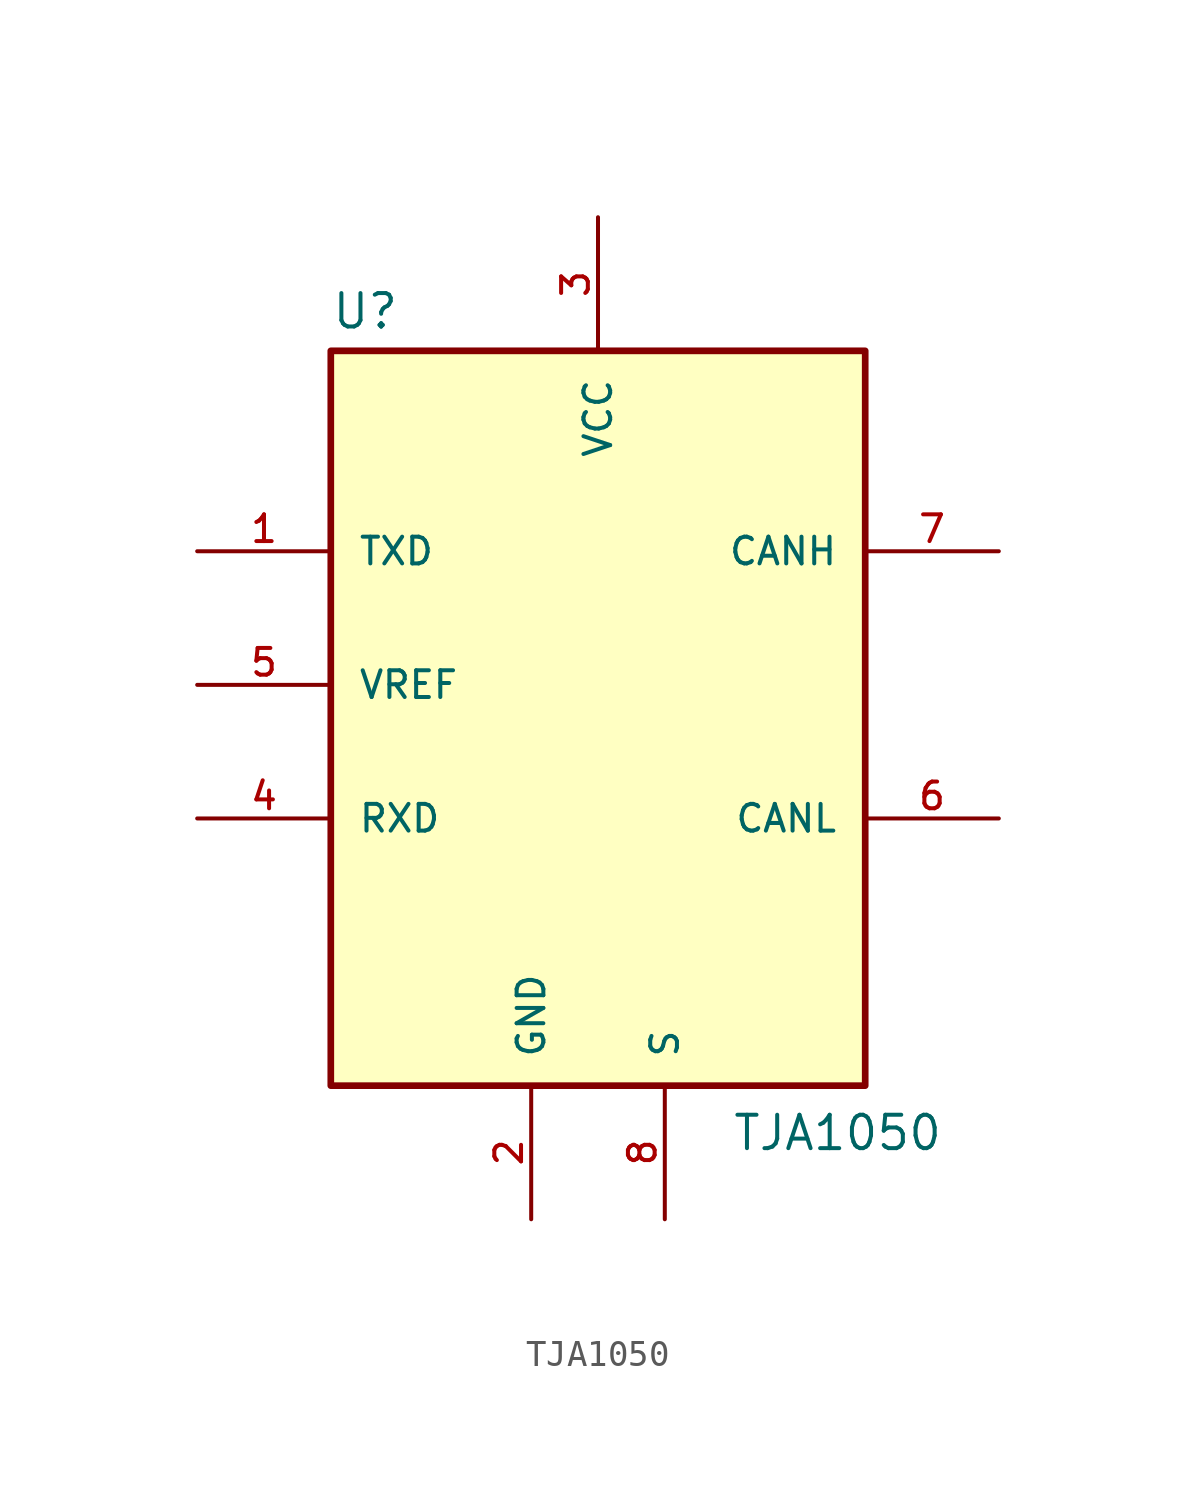
<source format=kicad_sym>
(kicad_symbol_lib
  (version 20241209)
  (generator "kicad_symbol_editor")
  (generator_version "9.0")
  (symbol "TJA1050"
    (pin_names
      (offset 1.016))
    (property "Reference" "U"
      (at -10.16 13.462 0)
      (effects (font (size 1.27 1.27)) (justify left bottom)))
    (property "Value" "TJA1050"
      (at 5.08 -17.78 0)
      (effects (font (size 1.27 1.27)) (justify left bottom)))
    (symbol "TJA1050_0_0"
      (rectangle (start -10.16 -15.24) (end 10.16 12.7) (stroke (width 0.254) (type default)) (fill (type background)))
      (pin bidirectional line (at -15.24 5.08 0) (length 5.08) (name "TXD" (effects (font (size 1.016 1.016)))) (number "1" (effects (font (size 1.016 1.016)))))
      (pin bidirectional line (at -15.24 0 0) (length 5.08) (name "VREF" (effects (font (size 1.016 1.016)))) (number "5" (effects (font (size 1.016 1.016)))))
      (pin bidirectional line (at -15.24 -5.08 0) (length 5.08) (name "RXD" (effects (font (size 1.016 1.016)))) (number "4" (effects (font (size 1.016 1.016)))))
      (pin bidirectional line (at -2.54 -20.32 90) (length 5.08) (name "GND" (effects (font (size 1.016 1.016)))) (number "2" (effects (font (size 1.016 1.016)))))
      (pin bidirectional line (at 0 17.78 270) (length 5.08) (name "VCC" (effects (font (size 1.016 1.016)))) (number "3" (effects (font (size 1.016 1.016)))))
      (pin bidirectional line (at 2.54 -20.32 90) (length 5.08) (name "S" (effects (font (size 1.016 1.016)))) (number "8" (effects (font (size 1.016 1.016)))))
      (pin bidirectional line (at 15.24 5.08 180) (length 5.08) (name "CANH" (effects (font (size 1.016 1.016)))) (number "7" (effects (font (size 1.016 1.016)))))
      (pin bidirectional line (at 15.24 -5.08 180) (length 5.08) (name "CANL" (effects (font (size 1.016 1.016)))) (number "6" (effects (font (size 1.016 1.016))))))))
</source>
